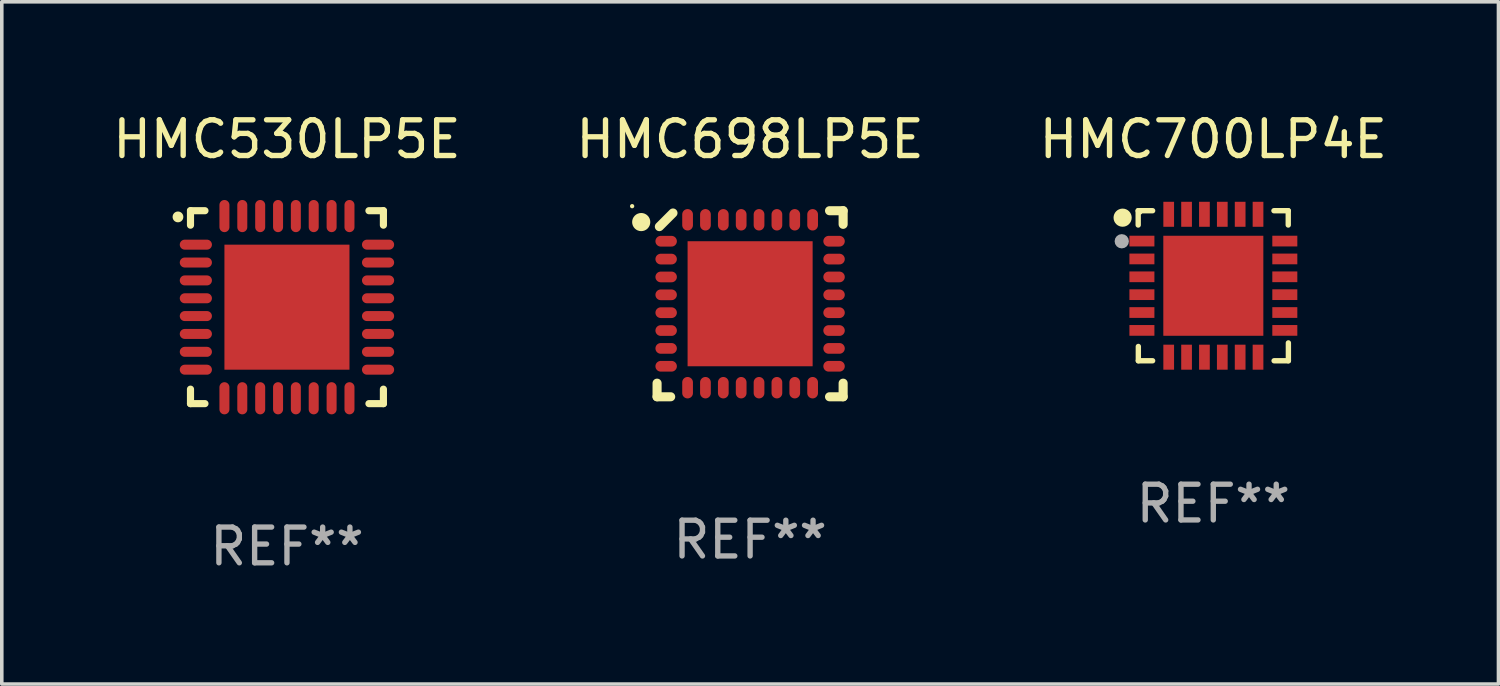
<source format=kicad_pcb>
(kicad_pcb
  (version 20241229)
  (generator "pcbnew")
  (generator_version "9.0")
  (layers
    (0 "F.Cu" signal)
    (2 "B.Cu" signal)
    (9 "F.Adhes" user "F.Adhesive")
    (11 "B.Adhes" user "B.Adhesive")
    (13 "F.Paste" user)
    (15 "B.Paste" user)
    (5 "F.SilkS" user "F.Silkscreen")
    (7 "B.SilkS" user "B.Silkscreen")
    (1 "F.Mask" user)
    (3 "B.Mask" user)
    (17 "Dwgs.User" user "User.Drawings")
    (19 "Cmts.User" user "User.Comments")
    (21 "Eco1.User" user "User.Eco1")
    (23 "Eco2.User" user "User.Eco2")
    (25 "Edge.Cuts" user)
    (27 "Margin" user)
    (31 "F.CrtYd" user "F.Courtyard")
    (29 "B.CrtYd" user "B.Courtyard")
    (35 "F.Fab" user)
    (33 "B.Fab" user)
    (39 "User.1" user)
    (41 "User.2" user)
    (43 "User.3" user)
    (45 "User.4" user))
  (footprint "HMC698LP5E"
    (layer "F.Cu")
    (at 17.946 5.452)
    (property "Reference" "HMC698LP5E" (at 0 -4.604 0) (layer "F.SilkS") (effects (font (size 1 1) (thickness 0.15))))
    (attr through_hole)
    (fp_line (start -2.604 2.223) (end -2.604 2.604) (stroke (width 0.254) (type solid)) (layer "F.SilkS"))
    (fp_line (start -2.604 2.604) (end -2.223 2.604) (stroke (width 0.254) (type solid)) (layer "F.SilkS"))
    (fp_line (start -2.159 -2.54) (end -2.54 -2.159) (stroke (width 0.254) (type solid)) (layer "F.SilkS"))
    (fp_line (start 2.223 2.604) (end 2.604 2.604) (stroke (width 0.254) (type solid)) (layer "F.SilkS"))
    (fp_line (start 2.604 -2.604) (end 2.223 -2.604) (stroke (width 0.254) (type solid)) (layer "F.SilkS"))
    (fp_line (start 2.604 -2.223) (end 2.604 -2.604) (stroke (width 0.254) (type solid)) (layer "F.SilkS"))
    (fp_line (start 2.604 2.604) (end 2.604 2.223) (stroke (width 0.254) (type solid)) (layer "F.SilkS"))
    (fp_circle (center -3.302 -2.731) (end -3.272 -2.731) (stroke (width 0.06) (type solid)) (fill no) (layer "F.SilkS"))
    (fp_circle (center -3.048 -2.286) (end -2.921 -2.286) (stroke (width 0.254) (type solid)) (fill no) (layer "F.SilkS"))
    (fp_text user "REF**" (at 0 6.604 0) (layer "F.Fab") (effects (font (size 1 1) (thickness 0.15))))
    (pad "1" smd oval (at -2.35 -1.75) (size 0.6 0.3) (layers "F.Cu" "F.Mask" "F.Paste"))
    (pad "2" smd oval (at -2.35 -1.25) (size 0.6 0.3) (layers "F.Cu" "F.Mask" "F.Paste"))
    (pad "3" smd oval (at -2.35 -0.75) (size 0.6 0.3) (layers "F.Cu" "F.Mask" "F.Paste"))
    (pad "4" smd oval (at -2.35 -0.25) (size 0.6 0.3) (layers "F.Cu" "F.Mask" "F.Paste"))
    (pad "5" smd oval (at -2.35 0.25) (size 0.6 0.3) (layers "F.Cu" "F.Mask" "F.Paste"))
    (pad "6" smd oval (at -2.35 0.75) (size 0.6 0.3) (layers "F.Cu" "F.Mask" "F.Paste"))
    (pad "7" smd oval (at -2.35 1.25) (size 0.6 0.3) (layers "F.Cu" "F.Mask" "F.Paste"))
    (pad "8" smd oval (at -2.35 1.75) (size 0.6 0.3) (layers "F.Cu" "F.Mask" "F.Paste"))
    (pad "9" smd oval (at -1.75 2.35 90) (size 0.6 0.3) (layers "F.Cu" "F.Mask" "F.Paste"))
    (pad "10" smd oval (at -1.25 2.35 90) (size 0.6 0.3) (layers "F.Cu" "F.Mask" "F.Paste"))
    (pad "11" smd oval (at -0.75 2.35 90) (size 0.6 0.3) (layers "F.Cu" "F.Mask" "F.Paste"))
    (pad "12" smd oval (at -0.25 2.35 90) (size 0.6 0.3) (layers "F.Cu" "F.Mask" "F.Paste"))
    (pad "13" smd oval (at 0.25 2.35 90) (size 0.6 0.3) (layers "F.Cu" "F.Mask" "F.Paste"))
    (pad "14" smd oval (at 0.75 2.35 90) (size 0.6 0.3) (layers "F.Cu" "F.Mask" "F.Paste"))
    (pad "15" smd oval (at 1.25 2.35 90) (size 0.6 0.3) (layers "F.Cu" "F.Mask" "F.Paste"))
    (pad "16" smd oval (at 1.75 2.35 90) (size 0.6 0.3) (layers "F.Cu" "F.Mask" "F.Paste"))
    (pad "17" smd oval (at 2.35 1.75 180) (size 0.6 0.3) (layers "F.Cu" "F.Mask" "F.Paste"))
    (pad "18" smd oval (at 2.35 1.25 180) (size 0.6 0.3) (layers "F.Cu" "F.Mask" "F.Paste"))
    (pad "19" smd oval (at 2.35 0.75 180) (size 0.6 0.3) (layers "F.Cu" "F.Mask" "F.Paste"))
    (pad "20" smd oval (at 2.35 0.25 180) (size 0.6 0.3) (layers "F.Cu" "F.Mask" "F.Paste"))
    (pad "21" smd oval (at 2.35 -0.25 180) (size 0.6 0.3) (layers "F.Cu" "F.Mask" "F.Paste"))
    (pad "22" smd oval (at 2.35 -0.75 180) (size 0.6 0.3) (layers "F.Cu" "F.Mask" "F.Paste"))
    (pad "23" smd oval (at 2.35 -1.25 180) (size 0.6 0.3) (layers "F.Cu" "F.Mask" "F.Paste"))
    (pad "24" smd oval (at 2.35 -1.75 180) (size 0.6 0.3) (layers "F.Cu" "F.Mask" "F.Paste"))
    (pad "25" smd oval (at 1.75 -2.35 270) (size 0.6 0.3) (layers "F.Cu" "F.Mask" "F.Paste"))
    (pad "26" smd oval (at 1.25 -2.35 270) (size 0.6 0.3) (layers "F.Cu" "F.Mask" "F.Paste"))
    (pad "27" smd oval (at 0.75 -2.35 270) (size 0.6 0.3) (layers "F.Cu" "F.Mask" "F.Paste"))
    (pad "28" smd oval (at 0.25 -2.35 270) (size 0.6 0.3) (layers "F.Cu" "F.Mask" "F.Paste"))
    (pad "29" smd oval (at -0.25 -2.35 270) (size 0.6 0.3) (layers "F.Cu" "F.Mask" "F.Paste"))
    (pad "30" smd oval (at -0.75 -2.35 270) (size 0.6 0.3) (layers "F.Cu" "F.Mask" "F.Paste"))
    (pad "31" smd oval (at -1.25 -2.35 270) (size 0.6 0.3) (layers "F.Cu" "F.Mask" "F.Paste"))
    (pad "32" smd oval (at -1.75 -2.35 270) (size 0.6 0.3) (layers "F.Cu" "F.Mask" "F.Paste"))
    (pad "33" smd rect (at 0.000076 0.000076) (size 3.5 3.5) (layers "F.Cu" "F.Mask" "F.Paste")))
  (footprint "HMC700LP4E"
    (layer "F.Cu")
    (at 30.911 4.948)
    (property "Reference" "HMC700LP4E" (at 0 -4.1 0) (layer "F.SilkS") (effects (font (size 1 1) (thickness 0.15))))
    (attr through_hole)
    (fp_line (start -2.102 -2.1) (end -1.698 -2.1) (stroke (width 0.15) (type solid)) (layer "F.SilkS"))
    (fp_line (start -2.102 -1.7) (end -2.102 -2.1) (stroke (width 0.15) (type solid)) (layer "F.SilkS"))
    (fp_line (start -2.098 1.7) (end -2.098 2.1) (stroke (width 0.15) (type solid)) (layer "F.SilkS"))
    (fp_line (start -2.098 2.1) (end -1.698 2.1) (stroke (width 0.15) (type solid)) (layer "F.SilkS"))
    (fp_line (start 1.698 -2.1) (end 2.098 -2.1) (stroke (width 0.15) (type solid)) (layer "F.SilkS"))
    (fp_line (start 2.098 -2.1) (end 2.098 -1.7) (stroke (width 0.15) (type solid)) (layer "F.SilkS"))
    (fp_line (start 2.102 1.6) (end 2.102 2.1) (stroke (width 0.15) (type solid)) (layer "F.SilkS"))
    (fp_line (start 2.102 2.1) (end 1.702 2.1) (stroke (width 0.15) (type solid)) (layer "F.SilkS"))
    (fp_circle (center -2.538 -1.905) (end -2.411 -1.905) (stroke (width 0.254) (type solid)) (fill no) (layer "F.SilkS"))
    (fp_circle (center -2.048 -2.05) (end -2.018 -2.05) (stroke (width 0.06) (type solid)) (fill no) (layer "F.SilkS"))
    (fp_circle (center -2.562 -1.245) (end -2.462 -1.245) (stroke (width 0.2) (type solid)) (fill no) (layer "F.Fab"))
    (fp_text user "REF**" (at 0 6.1 0) (layer "F.Fab") (effects (font (size 1 1) (thickness 0.15))))
    (pad "1" smd rect (at -1.998 -1.25) (size 0.7 0.3) (layers "F.Cu" "F.Mask" "F.Paste"))
    (pad "2" smd rect (at -1.998 -0.75) (size 0.7 0.3) (layers "F.Cu" "F.Mask" "F.Paste"))
    (pad "3" smd rect (at -1.998 -0.25) (size 0.7 0.3) (layers "F.Cu" "F.Mask" "F.Paste"))
    (pad "4" smd rect (at -1.998 0.25) (size 0.7 0.3) (layers "F.Cu" "F.Mask" "F.Paste"))
    (pad "5" smd rect (at -1.998 0.75) (size 0.7 0.3) (layers "F.Cu" "F.Mask" "F.Paste"))
    (pad "6" smd rect (at -1.998 1.25) (size 0.7 0.3) (layers "F.Cu" "F.Mask" "F.Paste"))
    (pad "7" smd rect (at -1.248 2) (size 0.3 0.7) (layers "F.Cu" "F.Mask" "F.Paste"))
    (pad "8" smd rect (at -0.748 2) (size 0.3 0.7) (layers "F.Cu" "F.Mask" "F.Paste"))
    (pad "9" smd rect (at -0.248 2) (size 0.3 0.7) (layers "F.Cu" "F.Mask" "F.Paste"))
    (pad "10" smd rect (at 0.252 2) (size 0.3 0.7) (layers "F.Cu" "F.Mask" "F.Paste"))
    (pad "11" smd rect (at 0.752 2) (size 0.3 0.7) (layers "F.Cu" "F.Mask" "F.Paste"))
    (pad "12" smd rect (at 1.252 2) (size 0.3 0.7) (layers "F.Cu" "F.Mask" "F.Paste"))
    (pad "13" smd rect (at 2.002 1.25) (size 0.7 0.3) (layers "F.Cu" "F.Mask" "F.Paste"))
    (pad "14" smd rect (at 2.002 0.75) (size 0.7 0.3) (layers "F.Cu" "F.Mask" "F.Paste"))
    (pad "15" smd rect (at 2.002 0.25) (size 0.7 0.3) (layers "F.Cu" "F.Mask" "F.Paste"))
    (pad "16" smd rect (at 2.002 -0.25) (size 0.7 0.3) (layers "F.Cu" "F.Mask" "F.Paste"))
    (pad "17" smd rect (at 2.002 -0.75) (size 0.7 0.3) (layers "F.Cu" "F.Mask" "F.Paste"))
    (pad "18" smd rect (at 2.002 -1.25) (size 0.7 0.3) (layers "F.Cu" "F.Mask" "F.Paste"))
    (pad "19" smd rect (at 1.252 -2) (size 0.3 0.7) (layers "F.Cu" "F.Mask" "F.Paste"))
    (pad "20" smd rect (at 0.752 -2) (size 0.3 0.7) (layers "F.Cu" "F.Mask" "F.Paste"))
    (pad "21" smd rect (at 0.252 -2) (size 0.3 0.7) (layers "F.Cu" "F.Mask" "F.Paste"))
    (pad "22" smd rect (at -0.248 -2) (size 0.3 0.7) (layers "F.Cu" "F.Mask" "F.Paste"))
    (pad "23" smd rect (at -0.748 -2) (size 0.3 0.7) (layers "F.Cu" "F.Mask" "F.Paste"))
    (pad "24" smd rect (at -1.248 -2) (size 0.3 0.7) (layers "F.Cu" "F.Mask" "F.Paste"))
    (pad "25" smd rect (at 0.001 0.001) (size 2.8 2.8) (layers "F.Cu" "F.Mask" "F.Paste")))
  (footprint "HMC530LP5E"
    (layer "F.Cu")
    (at 4.982 5.548)
    (property "Reference" "HMC530LP5E" (at 0 -4.7 0) (layer "F.SilkS") (effects (font (size 1 1) (thickness 0.15))))
    (attr through_hole)
    (fp_line (start -2.7 -2.7) (end -2.295 -2.7) (stroke (width 0.2) (type solid)) (layer "F.SilkS"))
    (fp_line (start -2.7 -2.295) (end -2.7 -2.7) (stroke (width 0.2) (type solid)) (layer "F.SilkS"))
    (fp_line (start -2.7 2.295) (end -2.7 2.7) (stroke (width 0.2) (type solid)) (layer "F.SilkS"))
    (fp_line (start -2.7 2.7) (end -2.295 2.7) (stroke (width 0.2) (type solid)) (layer "F.SilkS"))
    (fp_line (start 2.295 -2.7) (end 2.7 -2.7) (stroke (width 0.2) (type solid)) (layer "F.SilkS"))
    (fp_line (start 2.295 2.7) (end 2.7 2.7) (stroke (width 0.2) (type solid)) (layer "F.SilkS"))
    (fp_line (start 2.7 -2.7) (end 2.7 -2.295) (stroke (width 0.2) (type solid)) (layer "F.SilkS"))
    (fp_line (start 2.7 2.7) (end 2.7 2.295) (stroke (width 0.2) (type solid)) (layer "F.SilkS"))
    (fp_arc (start -3.050546 -2.525349) (mid -3.050551 -2.526619) (end -3.050546 -2.527889) (stroke (width 0.3) (type solid)) (layer "F.SilkS"))
    (fp_text user "REF**" (at 0 6.7 0) (layer "F.Fab") (effects (font (size 1 1) (thickness 0.15))))
    (pad "1" smd oval (at -2.55 -1.75 270) (size 0.28 0.9) (layers "F.Cu" "F.Mask" "F.Paste"))
    (pad "2" smd oval (at -2.55 -1.25 270) (size 0.28 0.9) (layers "F.Cu" "F.Mask" "F.Paste"))
    (pad "3" smd oval (at -2.55 -0.749 270) (size 0.28 0.9) (layers "F.Cu" "F.Mask" "F.Paste"))
    (pad "4" smd oval (at -2.55 -0.249 270) (size 0.28 0.9) (layers "F.Cu" "F.Mask" "F.Paste"))
    (pad "5" smd oval (at -2.55 0.249 270) (size 0.28 0.9) (layers "F.Cu" "F.Mask" "F.Paste"))
    (pad "6" smd oval (at -2.55 0.749 270) (size 0.28 0.9) (layers "F.Cu" "F.Mask" "F.Paste"))
    (pad "7" smd oval (at -2.55 1.25 270) (size 0.28 0.9) (layers "F.Cu" "F.Mask" "F.Paste"))
    (pad "8" smd oval (at -2.55 1.75 270) (size 0.28 0.9) (layers "F.Cu" "F.Mask" "F.Paste"))
    (pad "9" smd oval (at -1.75 2.55 270) (size 0.9 0.28) (layers "F.Cu" "F.Mask" "F.Paste"))
    (pad "10" smd oval (at -1.25 2.55 270) (size 0.9 0.28) (layers "F.Cu" "F.Mask" "F.Paste"))
    (pad "11" smd oval (at -0.749 2.55 270) (size 0.9 0.28) (layers "F.Cu" "F.Mask" "F.Paste"))
    (pad "12" smd oval (at -0.249 2.55 270) (size 0.9 0.28) (layers "F.Cu" "F.Mask" "F.Paste"))
    (pad "13" smd oval (at 0.249 2.55 270) (size 0.9 0.28) (layers "F.Cu" "F.Mask" "F.Paste"))
    (pad "14" smd oval (at 0.749 2.55 270) (size 0.9 0.28) (layers "F.Cu" "F.Mask" "F.Paste"))
    (pad "15" smd oval (at 1.25 2.55 270) (size 0.9 0.28) (layers "F.Cu" "F.Mask" "F.Paste"))
    (pad "16" smd oval (at 1.75 2.55 270) (size 0.9 0.28) (layers "F.Cu" "F.Mask" "F.Paste"))
    (pad "17" smd oval (at 2.55 1.75 270) (size 0.28 0.9) (layers "F.Cu" "F.Mask" "F.Paste"))
    (pad "18" smd oval (at 2.55 1.25 270) (size 0.28 0.9) (layers "F.Cu" "F.Mask" "F.Paste"))
    (pad "19" smd oval (at 2.55 0.749 270) (size 0.28 0.9) (layers "F.Cu" "F.Mask" "F.Paste"))
    (pad "20" smd oval (at 2.55 0.249 270) (size 0.28 0.9) (layers "F.Cu" "F.Mask" "F.Paste"))
    (pad "21" smd oval (at 2.55 -0.249 270) (size 0.28 0.9) (layers "F.Cu" "F.Mask" "F.Paste"))
    (pad "22" smd oval (at 2.55 -0.749 270) (size 0.28 0.9) (layers "F.Cu" "F.Mask" "F.Paste"))
    (pad "23" smd oval (at 2.55 -1.25 270) (size 0.28 0.9) (layers "F.Cu" "F.Mask" "F.Paste"))
    (pad "24" smd oval (at 2.55 -1.75 270) (size 0.28 0.9) (layers "F.Cu" "F.Mask" "F.Paste"))
    (pad "25" smd oval (at 1.75 -2.55 270) (size 0.9 0.28) (layers "F.Cu" "F.Mask" "F.Paste"))
    (pad "26" smd oval (at 1.25 -2.55 270) (size 0.9 0.28) (layers "F.Cu" "F.Mask" "F.Paste"))
    (pad "27" smd oval (at 0.749 -2.55 270) (size 0.9 0.28) (layers "F.Cu" "F.Mask" "F.Paste"))
    (pad "28" smd oval (at 0.249 -2.55 270) (size 0.9 0.28) (layers "F.Cu" "F.Mask" "F.Paste"))
    (pad "29" smd oval (at -0.249 -2.55 270) (size 0.9 0.28) (layers "F.Cu" "F.Mask" "F.Paste"))
    (pad "30" smd oval (at -0.749 -2.55 270) (size 0.9 0.28) (layers "F.Cu" "F.Mask" "F.Paste"))
    (pad "31" smd oval (at -1.25 -2.55 270) (size 0.9 0.28) (layers "F.Cu" "F.Mask" "F.Paste"))
    (pad "32" smd oval (at -1.75 -2.55 270) (size 0.9 0.28) (layers "F.Cu" "F.Mask" "F.Paste"))
    (pad "33" smd rect (at 0.000127 0.000229 270) (size 3.5 3.5) (layers "F.Cu" "F.Mask" "F.Paste")))
  (gr_rect
    (start -3 -3)
    (end 38.893 16.097)
    (stroke (width 0.1) (type default))
    (fill no)
    (layer "Edge.Cuts")))
</source>
